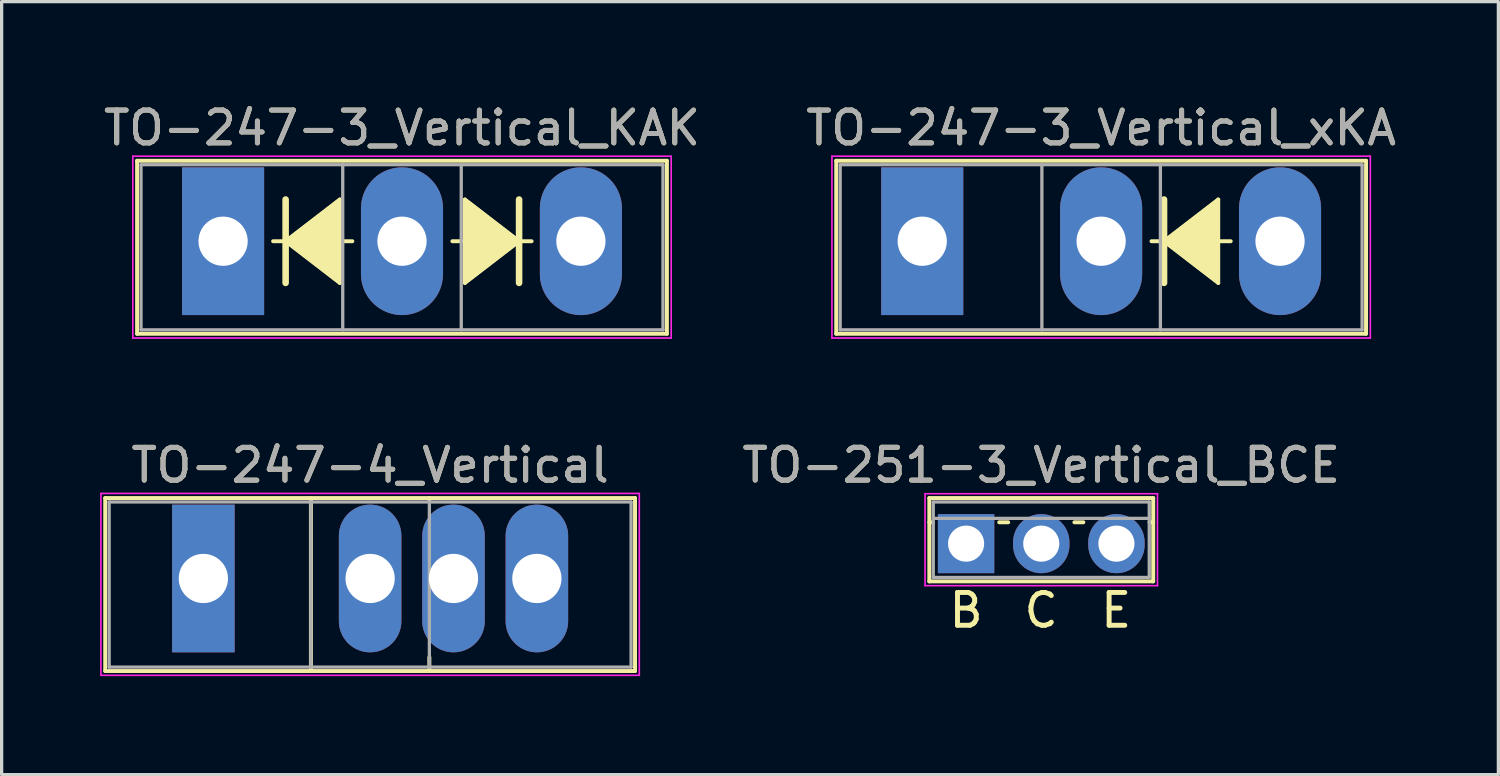
<source format=kicad_pcb>
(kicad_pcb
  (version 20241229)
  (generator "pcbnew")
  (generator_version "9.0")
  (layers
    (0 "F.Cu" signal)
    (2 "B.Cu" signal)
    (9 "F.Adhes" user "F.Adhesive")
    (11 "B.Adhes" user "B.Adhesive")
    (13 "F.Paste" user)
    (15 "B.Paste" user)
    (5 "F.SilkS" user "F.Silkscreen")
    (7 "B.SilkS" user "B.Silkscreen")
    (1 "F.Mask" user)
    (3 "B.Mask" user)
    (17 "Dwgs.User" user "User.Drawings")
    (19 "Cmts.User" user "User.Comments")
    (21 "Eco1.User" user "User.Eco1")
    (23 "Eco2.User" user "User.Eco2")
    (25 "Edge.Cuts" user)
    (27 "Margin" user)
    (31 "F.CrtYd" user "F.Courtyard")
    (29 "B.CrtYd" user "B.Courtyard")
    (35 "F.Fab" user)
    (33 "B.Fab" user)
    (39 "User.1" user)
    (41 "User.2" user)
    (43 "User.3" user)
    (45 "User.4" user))
  (footprint "TO-251-3_Vertical_BCE"
    (layer "F.Cu")
    (at 26.38 13.511)
    (property "Reference" "TO-251-3_Vertical_BCE" (at 2.29 -2.39 0) (layer "F.SilkS") (effects (font (size 1 1) (thickness 0.15))))
    (fp_line (start -1.12 -1.39) (end -1.12 1.15) (stroke (width 0.12) (type solid)) (layer "F.SilkS"))
    (fp_line (start -1.12 -1.39) (end 5.7 -1.39) (stroke (width 0.12) (type solid)) (layer "F.SilkS"))
    (fp_line (start -1.12 -0.651) (end -1.009 -0.651) (stroke (width 0.12) (type solid)) (layer "F.SilkS"))
    (fp_line (start -1.12 1.15) (end 5.7 1.15) (stroke (width 0.12) (type solid)) (layer "F.SilkS"))
    (fp_line (start 1.009 -0.651) (end 1.282 -0.651) (stroke (width 0.12) (type solid)) (layer "F.SilkS"))
    (fp_line (start 3.299 -0.651) (end 3.572 -0.651) (stroke (width 0.12) (type solid)) (layer "F.SilkS"))
    (fp_line (start 5.589 -0.651) (end 5.7 -0.651) (stroke (width 0.12) (type solid)) (layer "F.SilkS"))
    (fp_line (start 5.7 -1.39) (end 5.7 1.15) (stroke (width 0.12) (type solid)) (layer "F.SilkS"))
    (fp_line (start -1.25 -1.52) (end -1.25 1.28) (stroke (width 0.05) (type solid)) (layer "F.CrtYd"))
    (fp_line (start -1.25 1.28) (end 5.83 1.28) (stroke (width 0.05) (type solid)) (layer "F.CrtYd"))
    (fp_line (start 5.83 -1.52) (end -1.25 -1.52) (stroke (width 0.05) (type solid)) (layer "F.CrtYd"))
    (fp_line (start 5.83 1.28) (end 5.83 -1.52) (stroke (width 0.05) (type solid)) (layer "F.CrtYd"))
    (fp_line (start -1 -1.27) (end -1 1.03) (stroke (width 0.1) (type solid)) (layer "F.Fab"))
    (fp_line (start -1 -0.77) (end 5.58 -0.77) (stroke (width 0.1) (type solid)) (layer "F.Fab"))
    (fp_line (start -1 1.03) (end 5.58 1.03) (stroke (width 0.1) (type solid)) (layer "F.Fab"))
    (fp_line (start 5.58 -1.27) (end -1 -1.27) (stroke (width 0.1) (type solid)) (layer "F.Fab"))
    (fp_line (start 5.58 1.03) (end 5.58 -1.27) (stroke (width 0.1) (type solid)) (layer "F.Fab"))
    (fp_text user "C" (at 2.286 2.032 0) (unlocked yes) (layer "F.SilkS") (effects (font (size 1 1) (thickness 0.15))))
    (fp_text user "B" (at 0 2.032 0) (unlocked yes) (layer "F.SilkS") (effects (font (size 1 1) (thickness 0.15))))
    (fp_text user "E" (at 4.572 2.032 0) (unlocked yes) (layer "F.SilkS") (effects (font (size 1 1) (thickness 0.15))))
    (fp_text user "${REFERENCE}" (at 2.29 -2.39 0) (layer "F.Fab") (effects (font (size 1 1) (thickness 0.15))))
    (pad "1" thru_hole rect (at 0 0) (size 1.718 1.8) (drill 1.1) (layers "*.Cu" "*.Mask"))
    (pad "2" thru_hole oval (at 2.29 0) (size 1.718 1.8) (drill 1.1) (layers "*.Cu" "*.Mask"))
    (pad "3" thru_hole oval (at 4.58 0) (size 1.718 1.8) (drill 1.1) (layers "*.Cu" "*.Mask")))
  (footprint "TO-247-3_Vertical_xKA"
    (layer "F.Cu")
    (at 25.044 4.298)
    (property "Reference" "TO-247-3_Vertical_xKA" (at 5.45 -3.45 0) (layer "F.SilkS") (effects (font (size 1 1) (thickness 0.15))))
    (attr through_hole)
    (fp_line (start -2.62 -2.451) (end -2.62 2.82) (stroke (width 0.12) (type solid)) (layer "F.SilkS"))
    (fp_line (start -2.62 -2.451) (end 13.52 -2.451) (stroke (width 0.12) (type solid)) (layer "F.SilkS"))
    (fp_line (start -2.62 2.82) (end 13.52 2.82) (stroke (width 0.12) (type solid)) (layer "F.SilkS"))
    (fp_line (start 6.985 0) (end 7.366 0) (stroke (width 0.12) (type solid)) (layer "F.SilkS"))
    (fp_line (start 7.366 -1.27) (end 7.366 0) (stroke (width 0.2) (type solid)) (layer "F.SilkS"))
    (fp_line (start 7.366 0) (end 7.366 1.27) (stroke (width 0.2) (type solid)) (layer "F.SilkS"))
    (fp_line (start 7.366 0) (end 9.017 1.27) (stroke (width 0.12) (type solid)) (layer "F.SilkS"))
    (fp_line (start 9.017 -1.27) (end 7.366 0) (stroke (width 0.12) (type solid)) (layer "F.SilkS"))
    (fp_line (start 9.017 1.27) (end 9.017 -1.27) (stroke (width 0.12) (type solid)) (layer "F.SilkS"))
    (fp_line (start 9.398 0) (end 9.017 0) (stroke (width 0.12) (type solid)) (layer "F.SilkS"))
    (fp_line (start 13.52 -2.451) (end 13.52 2.82) (stroke (width 0.12) (type solid)) (layer "F.SilkS"))
    (fp_poly (pts (xy 9.017 1.27) (xy 7.366 0) (xy 9.017 -1.27)) (stroke (width 0.1) (type solid)) (fill yes) (layer "F.SilkS"))
    (fp_line (start -2.75 -2.59) (end -2.75 2.95) (stroke (width 0.05) (type solid)) (layer "F.CrtYd"))
    (fp_line (start -2.75 2.95) (end 13.65 2.95) (stroke (width 0.05) (type solid)) (layer "F.CrtYd"))
    (fp_line (start 13.65 -2.59) (end -2.75 -2.59) (stroke (width 0.05) (type solid)) (layer "F.CrtYd"))
    (fp_line (start 13.65 2.95) (end 13.65 -2.59) (stroke (width 0.05) (type solid)) (layer "F.CrtYd"))
    (fp_line (start -2.5 -2.33) (end -2.5 2.7) (stroke (width 0.1) (type solid)) (layer "F.Fab"))
    (fp_line (start -2.5 2.7) (end 13.4 2.7) (stroke (width 0.1) (type solid)) (layer "F.Fab"))
    (fp_line (start 3.645 -2.33) (end 3.645 2.7) (stroke (width 0.1) (type solid)) (layer "F.Fab"))
    (fp_line (start 7.255 -2.33) (end 7.255 2.7) (stroke (width 0.1) (type solid)) (layer "F.Fab"))
    (fp_line (start 13.4 -2.33) (end -2.5 -2.33) (stroke (width 0.1) (type solid)) (layer "F.Fab"))
    (fp_line (start 13.4 2.7) (end 13.4 -2.33) (stroke (width 0.1) (type solid)) (layer "F.Fab"))
    (fp_text user "${REFERENCE}" (at 5.45 -3.45 0) (layer "F.Fab") (effects (font (size 1 1) (thickness 0.15))))
    (pad "1" thru_hole rect (at 0 0) (size 2.5 4.5) (drill 1.5) (layers "*.Cu" "*.Mask"))
    (pad "2" thru_hole oval (at 5.45 0) (size 2.5 4.5) (drill 1.5) (layers "*.Cu" "*.Mask"))
    (pad "3" thru_hole oval (at 10.9 0) (size 2.5 4.5) (drill 1.5) (layers "*.Cu" "*.Mask")))
  (footprint "TO-247-4_Vertical"
    (layer "F.Cu")
    (at 3.145 14.572)
    (property "Reference" "TO-247-4_Vertical" (at 5.08 -3.45 0) (layer "F.SilkS") (effects (font (size 1 1) (thickness 0.15))))
    (attr through_hole)
    (fp_line (start -2.99 -2.451) (end -2.99 2.82) (stroke (width 0.12) (type solid)) (layer "F.SilkS"))
    (fp_line (start -2.99 -2.451) (end 13.15 -2.451) (stroke (width 0.12) (type solid)) (layer "F.SilkS"))
    (fp_line (start -2.99 2.82) (end 13.15 2.82) (stroke (width 0.12) (type solid)) (layer "F.SilkS"))
    (fp_line (start 3.276 -2.451) (end 3.276 2.82) (stroke (width 0.12) (type solid)) (layer "F.SilkS"))
    (fp_line (start 6.885 -2.451) (end 6.885 -2.4) (stroke (width 0.12) (type solid)) (layer "F.SilkS"))
    (fp_line (start 6.885 2.4) (end 6.885 2.82) (stroke (width 0.12) (type solid)) (layer "F.SilkS"))
    (fp_line (start 13.15 -2.451) (end 13.15 2.82) (stroke (width 0.12) (type solid)) (layer "F.SilkS"))
    (fp_line (start -3.12 -2.59) (end -3.12 2.95) (stroke (width 0.05) (type solid)) (layer "F.CrtYd"))
    (fp_line (start -3.12 2.95) (end 13.28 2.95) (stroke (width 0.05) (type solid)) (layer "F.CrtYd"))
    (fp_line (start 13.28 -2.59) (end -3.12 -2.59) (stroke (width 0.05) (type solid)) (layer "F.CrtYd"))
    (fp_line (start 13.28 2.95) (end 13.28 -2.59) (stroke (width 0.05) (type solid)) (layer "F.CrtYd"))
    (fp_line (start -2.87 -2.33) (end -2.87 2.7) (stroke (width 0.1) (type solid)) (layer "F.Fab"))
    (fp_line (start -2.87 2.7) (end 13.03 2.7) (stroke (width 0.1) (type solid)) (layer "F.Fab"))
    (fp_line (start 3.275 -2.33) (end 3.275 2.7) (stroke (width 0.1) (type solid)) (layer "F.Fab"))
    (fp_line (start 6.885 -2.33) (end 6.885 2.7) (stroke (width 0.1) (type solid)) (layer "F.Fab"))
    (fp_line (start 13.03 -2.33) (end -2.87 -2.33) (stroke (width 0.1) (type solid)) (layer "F.Fab"))
    (fp_line (start 13.03 2.7) (end 13.03 -2.33) (stroke (width 0.1) (type solid)) (layer "F.Fab"))
    (fp_text user "${REFERENCE}" (at 5.08 -3.45 0) (layer "F.Fab") (effects (font (size 1 1) (thickness 0.15))))
    (pad "1" thru_hole rect (at 0 0) (size 1.905 4.5) (drill 1.5) (layers "*.Cu" "*.Mask"))
    (pad "2" thru_hole oval (at 5.08 0) (size 1.905 4.5) (drill 1.5) (layers "*.Cu" "*.Mask"))
    (pad "3" thru_hole oval (at 7.62 0) (size 1.905 4.5) (drill 1.5) (layers "*.Cu" "*.Mask"))
    (pad "4" thru_hole oval (at 10.16 0) (size 1.905 4.5) (drill 1.5) (layers "*.Cu" "*.Mask")))
  (footprint "TO-247-3_Vertical_KAK"
    (layer "F.Cu")
    (at 3.746 4.298)
    (property "Reference" "TO-247-3_Vertical_KAK" (at 5.45 -3.45 0) (layer "F.SilkS") (effects (font (size 1 1) (thickness 0.15))))
    (attr through_hole)
    (fp_line (start -2.62 -2.451) (end -2.62 2.82) (stroke (width 0.12) (type solid)) (layer "F.SilkS"))
    (fp_line (start -2.62 -2.451) (end 13.52 -2.451) (stroke (width 0.12) (type solid)) (layer "F.SilkS"))
    (fp_line (start -2.62 2.82) (end 13.52 2.82) (stroke (width 0.12) (type solid)) (layer "F.SilkS"))
    (fp_line (start 1.524 0) (end 1.905 0) (stroke (width 0.12) (type solid)) (layer "F.SilkS"))
    (fp_line (start 1.905 -1.27) (end 1.905 0) (stroke (width 0.2) (type solid)) (layer "F.SilkS"))
    (fp_line (start 1.905 0) (end 1.905 1.27) (stroke (width 0.2) (type solid)) (layer "F.SilkS"))
    (fp_line (start 1.905 0) (end 3.556 1.27) (stroke (width 0.12) (type solid)) (layer "F.SilkS"))
    (fp_line (start 3.556 -1.27) (end 1.905 0) (stroke (width 0.12) (type solid)) (layer "F.SilkS"))
    (fp_line (start 3.556 1.27) (end 3.556 -1.27) (stroke (width 0.12) (type solid)) (layer "F.SilkS"))
    (fp_line (start 3.937 0) (end 3.556 0) (stroke (width 0.12) (type solid)) (layer "F.SilkS"))
    (fp_line (start 6.985 0) (end 7.366 0) (stroke (width 0.12) (type solid)) (layer "F.SilkS"))
    (fp_line (start 7.366 -1.27) (end 7.366 1.27) (stroke (width 0.12) (type solid)) (layer "F.SilkS"))
    (fp_line (start 7.366 1.27) (end 9.017 0) (stroke (width 0.12) (type solid)) (layer "F.SilkS"))
    (fp_line (start 9.017 0) (end 7.366 -1.27) (stroke (width 0.12) (type solid)) (layer "F.SilkS"))
    (fp_line (start 9.017 0) (end 9.017 -1.27) (stroke (width 0.2) (type solid)) (layer "F.SilkS"))
    (fp_line (start 9.017 1.27) (end 9.017 0) (stroke (width 0.2) (type solid)) (layer "F.SilkS"))
    (fp_line (start 9.398 0) (end 9.017 0) (stroke (width 0.12) (type solid)) (layer "F.SilkS"))
    (fp_line (start 13.52 -2.451) (end 13.52 2.82) (stroke (width 0.12) (type solid)) (layer "F.SilkS"))
    (fp_poly (pts (xy 3.556 1.27) (xy 1.905 0) (xy 3.556 -1.27)) (stroke (width 0.1) (type solid)) (fill yes) (layer "F.SilkS"))
    (fp_poly (pts (xy 9.017 0) (xy 7.366 1.27) (xy 7.366 -1.27)) (stroke (width 0.1) (type solid)) (fill yes) (layer "F.SilkS"))
    (fp_line (start -2.75 -2.59) (end -2.75 2.95) (stroke (width 0.05) (type solid)) (layer "F.CrtYd"))
    (fp_line (start -2.75 2.95) (end 13.65 2.95) (stroke (width 0.05) (type solid)) (layer "F.CrtYd"))
    (fp_line (start 13.65 -2.59) (end -2.75 -2.59) (stroke (width 0.05) (type solid)) (layer "F.CrtYd"))
    (fp_line (start 13.65 2.95) (end 13.65 -2.59) (stroke (width 0.05) (type solid)) (layer "F.CrtYd"))
    (fp_line (start -2.5 -2.33) (end -2.5 2.7) (stroke (width 0.1) (type solid)) (layer "F.Fab"))
    (fp_line (start -2.5 2.7) (end 13.4 2.7) (stroke (width 0.1) (type solid)) (layer "F.Fab"))
    (fp_line (start 3.645 -2.33) (end 3.645 2.7) (stroke (width 0.1) (type solid)) (layer "F.Fab"))
    (fp_line (start 7.255 -2.33) (end 7.255 2.7) (stroke (width 0.1) (type solid)) (layer "F.Fab"))
    (fp_line (start 13.4 -2.33) (end -2.5 -2.33) (stroke (width 0.1) (type solid)) (layer "F.Fab"))
    (fp_line (start 13.4 2.7) (end 13.4 -2.33) (stroke (width 0.1) (type solid)) (layer "F.Fab"))
    (fp_text user "${REFERENCE}" (at 5.45 -3.45 0) (layer "F.Fab") (effects (font (size 1 1) (thickness 0.15))))
    (pad "1" thru_hole rect (at 0 0) (size 2.5 4.5) (drill 1.5) (layers "*.Cu" "*.Mask"))
    (pad "2" thru_hole oval (at 5.45 0) (size 2.5 4.5) (drill 1.5) (layers "*.Cu" "*.Mask"))
    (pad "3" thru_hole oval (at 10.9 0) (size 2.5 4.5) (drill 1.5) (layers "*.Cu" "*.Mask")))
  (gr_rect
    (start -3 -3)
    (end 42.595 20.547)
    (stroke (width 0.1) (type default))
    (fill no)
    (layer "Edge.Cuts")))
</source>
